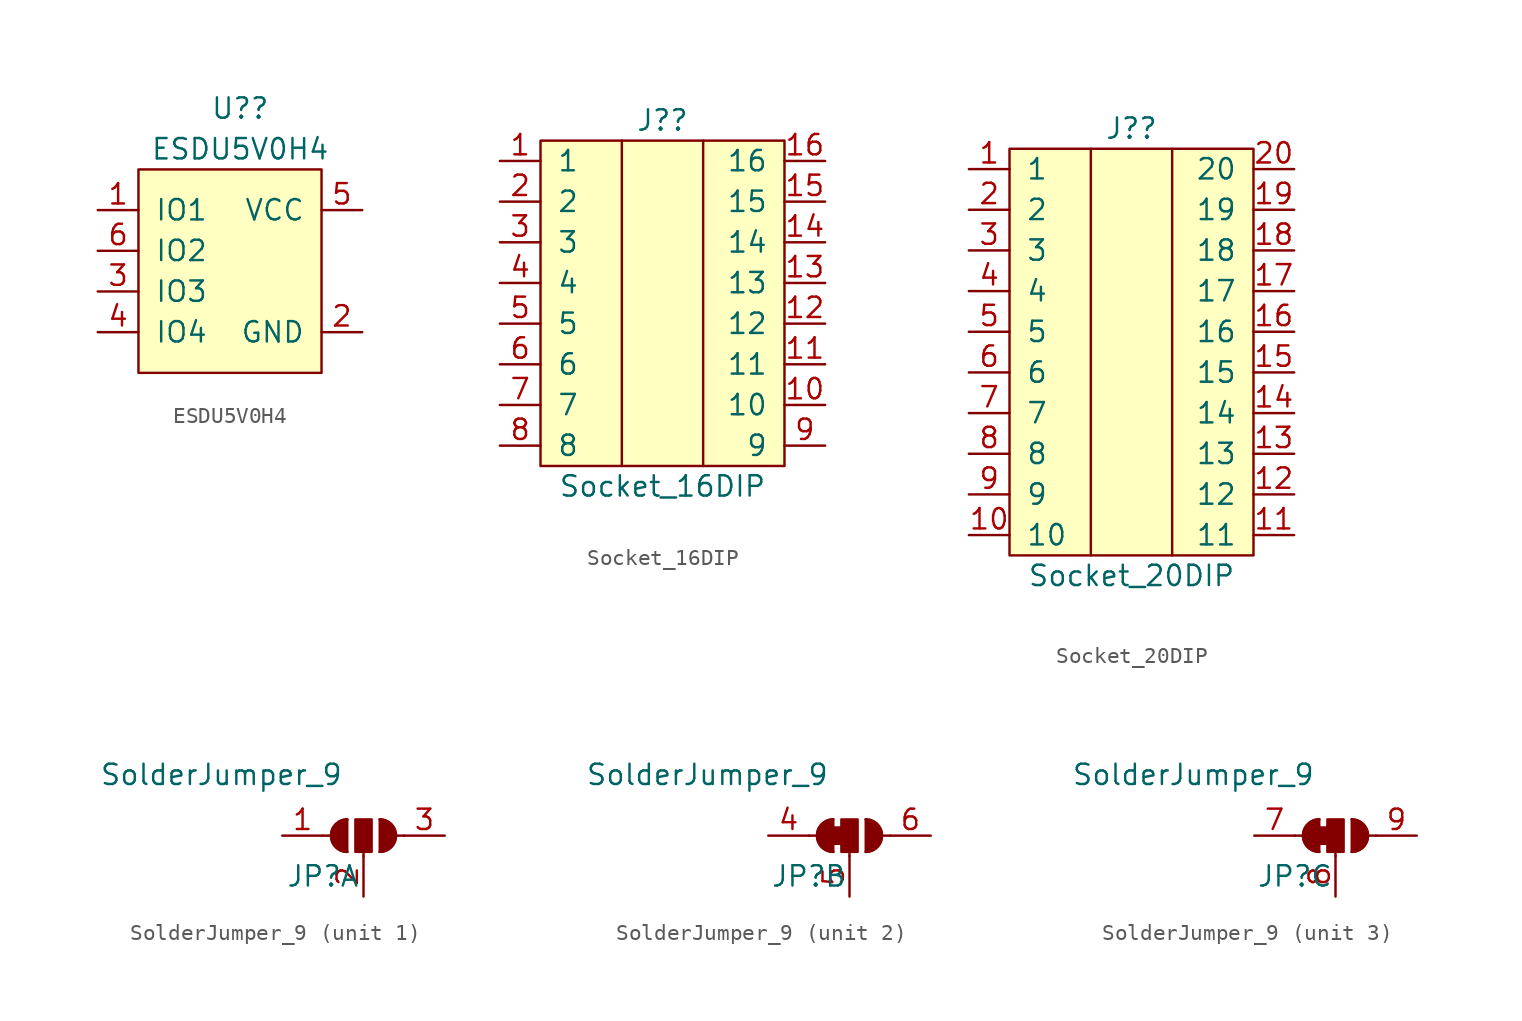
<source format=kicad_sym>
(kicad_symbol_lib
  (version 20220914)
  (generator kicad_symbol_editor)
  (symbol "ESDU5V0H4"
    (pin_names
      (offset 1.016))
    (property "Reference" "U?"
      (at 0 0 0)
      (effects (font (size 1.27 1.27))))
    (property "Value" "ESDU5V0H4"
      (at 0 -2.54 0)
      (effects (font (size 1.27 1.27))))
    (symbol "ESDU5V0H4_0_1"
      (rectangle (start -6.35 -3.81) (end 5.08 -16.51) (stroke (width 0) (type default)) (fill (type background))))
    (symbol "ESDU5V0H4_1_1"
      (pin bidirectional line (at -8.89 -6.35 0) (length 2.54) (name "IO1" (effects (font (size 1.27 1.27)))) (number "1" (effects (font (size 1.27 1.27)))))
      (pin power_in line (at 7.62 -13.97 180) (length 2.54) (name "GND" (effects (font (size 1.27 1.27)))) (number "2" (effects (font (size 1.27 1.27)))))
      (pin bidirectional line (at -8.89 -11.43 0) (length 2.54) (name "IO3" (effects (font (size 1.27 1.27)))) (number "3" (effects (font (size 1.27 1.27)))))
      (pin bidirectional line (at -8.89 -13.97 0) (length 2.54) (name "IO4" (effects (font (size 1.27 1.27)))) (number "4" (effects (font (size 1.27 1.27)))))
      (pin power_in line (at 7.62 -6.35 180) (length 2.54) (name "VCC" (effects (font (size 1.27 1.27)))) (number "5" (effects (font (size 1.27 1.27)))))
      (pin bidirectional line (at -8.89 -8.89 0) (length 2.54) (name "IO2" (effects (font (size 1.27 1.27)))) (number "6" (effects (font (size 1.27 1.27)))))))
  (symbol "Socket_16DIP"
    (pin_names
      (offset 1.016))
    (property "Reference" "J?"
      (at 2.54 -1.27 0)
      (effects (font (size 1.27 1.27))))
    (property "Value" "Socket_16DIP"
      (at 2.54 -24.13 0)
      (effects (font (size 1.27 1.27))))
    (symbol "Socket_16DIP_0_1"
      (rectangle (start -5.08 -2.54) (end 10.16 -22.86) (stroke (width 0) (type default)) (fill (type background)))
      (polyline (pts (xy 0 -2.54) (xy 0 -22.86)) (stroke (width 0) (type default)) (fill (type none)))
      (polyline (pts (xy 5.08 -2.54) (xy 5.08 -22.86)) (stroke (width 0) (type default)) (fill (type none))))
    (symbol "Socket_16DIP_1_1"
      (pin input line (at -7.62 -3.81 0) (length 2.54) (name "1" (effects (font (size 1.27 1.27)))) (number "1" (effects (font (size 1.27 1.27)))))
      (pin input line (at 12.7 -19.05 180) (length 2.54) (name "10" (effects (font (size 1.27 1.27)))) (number "10" (effects (font (size 1.27 1.27)))))
      (pin input line (at 12.7 -16.51 180) (length 2.54) (name "11" (effects (font (size 1.27 1.27)))) (number "11" (effects (font (size 1.27 1.27)))))
      (pin input line (at 12.7 -13.97 180) (length 2.54) (name "12" (effects (font (size 1.27 1.27)))) (number "12" (effects (font (size 1.27 1.27)))))
      (pin input line (at 12.7 -11.43 180) (length 2.54) (name "13" (effects (font (size 1.27 1.27)))) (number "13" (effects (font (size 1.27 1.27)))))
      (pin input line (at 12.7 -8.89 180) (length 2.54) (name "14" (effects (font (size 1.27 1.27)))) (number "14" (effects (font (size 1.27 1.27)))))
      (pin input line (at 12.7 -6.35 180) (length 2.54) (name "15" (effects (font (size 1.27 1.27)))) (number "15" (effects (font (size 1.27 1.27)))))
      (pin input line (at 12.7 -3.81 180) (length 2.54) (name "16" (effects (font (size 1.27 1.27)))) (number "16" (effects (font (size 1.27 1.27)))))
      (pin input line (at -7.62 -6.35 0) (length 2.54) (name "2" (effects (font (size 1.27 1.27)))) (number "2" (effects (font (size 1.27 1.27)))))
      (pin input line (at -7.62 -8.89 0) (length 2.54) (name "3" (effects (font (size 1.27 1.27)))) (number "3" (effects (font (size 1.27 1.27)))))
      (pin input line (at -7.62 -11.43 0) (length 2.54) (name "4" (effects (font (size 1.27 1.27)))) (number "4" (effects (font (size 1.27 1.27)))))
      (pin input line (at -7.62 -13.97 0) (length 2.54) (name "5" (effects (font (size 1.27 1.27)))) (number "5" (effects (font (size 1.27 1.27)))))
      (pin input line (at -7.62 -16.51 0) (length 2.54) (name "6" (effects (font (size 1.27 1.27)))) (number "6" (effects (font (size 1.27 1.27)))))
      (pin input line (at -7.62 -19.05 0) (length 2.54) (name "7" (effects (font (size 1.27 1.27)))) (number "7" (effects (font (size 1.27 1.27)))))
      (pin input line (at -7.62 -21.59 0) (length 2.54) (name "8" (effects (font (size 1.27 1.27)))) (number "8" (effects (font (size 1.27 1.27)))))
      (pin input line (at 12.7 -21.59 180) (length 2.54) (name "9" (effects (font (size 1.27 1.27)))) (number "9" (effects (font (size 1.27 1.27)))))))
  (symbol "Socket_20DIP"
    (pin_names
      (offset 1.016))
    (property "Reference" "J?"
      (at 2.54 -1.27 0)
      (effects (font (size 1.27 1.27))))
    (property "Value" "Socket_20DIP"
      (at 2.54 -29.21 0)
      (effects (font (size 1.27 1.27))))
    (symbol "Socket_20DIP_0_1"
      (rectangle (start -5.08 -2.54) (end 10.16 -27.94) (stroke (width 0) (type default)) (fill (type background)))
      (polyline (pts (xy 0 -2.54) (xy 0 -27.94)) (stroke (width 0) (type default)) (fill (type none)))
      (polyline (pts (xy 5.08 -2.54) (xy 5.08 -27.94)) (stroke (width 0) (type default)) (fill (type none))))
    (symbol "Socket_20DIP_1_1"
      (pin input line (at -7.62 -3.81 0) (length 2.54) (name "1" (effects (font (size 1.27 1.27)))) (number "1" (effects (font (size 1.27 1.27)))))
      (pin input line (at -7.62 -26.67 0) (length 2.54) (name "10" (effects (font (size 1.27 1.27)))) (number "10" (effects (font (size 1.27 1.27)))))
      (pin input line (at 12.7 -26.67 180) (length 2.54) (name "11" (effects (font (size 1.27 1.27)))) (number "11" (effects (font (size 1.27 1.27)))))
      (pin input line (at 12.7 -24.13 180) (length 2.54) (name "12" (effects (font (size 1.27 1.27)))) (number "12" (effects (font (size 1.27 1.27)))))
      (pin input line (at 12.7 -21.59 180) (length 2.54) (name "13" (effects (font (size 1.27 1.27)))) (number "13" (effects (font (size 1.27 1.27)))))
      (pin input line (at 12.7 -19.05 180) (length 2.54) (name "14" (effects (font (size 1.27 1.27)))) (number "14" (effects (font (size 1.27 1.27)))))
      (pin input line (at 12.7 -16.51 180) (length 2.54) (name "15" (effects (font (size 1.27 1.27)))) (number "15" (effects (font (size 1.27 1.27)))))
      (pin input line (at 12.7 -13.97 180) (length 2.54) (name "16" (effects (font (size 1.27 1.27)))) (number "16" (effects (font (size 1.27 1.27)))))
      (pin input line (at 12.7 -11.43 180) (length 2.54) (name "17" (effects (font (size 1.27 1.27)))) (number "17" (effects (font (size 1.27 1.27)))))
      (pin input line (at 12.7 -8.89 180) (length 2.54) (name "18" (effects (font (size 1.27 1.27)))) (number "18" (effects (font (size 1.27 1.27)))))
      (pin input line (at 12.7 -6.35 180) (length 2.54) (name "19" (effects (font (size 1.27 1.27)))) (number "19" (effects (font (size 1.27 1.27)))))
      (pin input line (at -7.62 -6.35 0) (length 2.54) (name "2" (effects (font (size 1.27 1.27)))) (number "2" (effects (font (size 1.27 1.27)))))
      (pin input line (at 12.7 -3.81 180) (length 2.54) (name "20" (effects (font (size 1.27 1.27)))) (number "20" (effects (font (size 1.27 1.27)))))
      (pin input line (at -7.62 -8.89 0) (length 2.54) (name "3" (effects (font (size 1.27 1.27)))) (number "3" (effects (font (size 1.27 1.27)))))
      (pin input line (at -7.62 -11.43 0) (length 2.54) (name "4" (effects (font (size 1.27 1.27)))) (number "4" (effects (font (size 1.27 1.27)))))
      (pin input line (at -7.62 -13.97 0) (length 2.54) (name "5" (effects (font (size 1.27 1.27)))) (number "5" (effects (font (size 1.27 1.27)))))
      (pin input line (at -7.62 -16.51 0) (length 2.54) (name "6" (effects (font (size 1.27 1.27)))) (number "6" (effects (font (size 1.27 1.27)))))
      (pin input line (at -7.62 -19.05 0) (length 2.54) (name "7" (effects (font (size 1.27 1.27)))) (number "7" (effects (font (size 1.27 1.27)))))
      (pin input line (at -7.62 -21.59 0) (length 2.54) (name "8" (effects (font (size 1.27 1.27)))) (number "8" (effects (font (size 1.27 1.27)))))
      (pin input line (at -7.62 -24.13 0) (length 2.54) (name "9" (effects (font (size 1.27 1.27)))) (number "9" (effects (font (size 1.27 1.27)))))))
  (symbol "SolderJumper_9"
    (pin_names
      (offset 0) hide)
    (property "Reference" "JP"
      (at -2.54 -2.54 0)
      (effects (font (size 1.27 1.27))))
    (property "Value" "SolderJumper_9"
      (at -8.89 3.81 0)
      (effects (font (size 1.27 1.27))))
    (symbol "SolderJumper_9_0_1"
      (arc (start -1.016 1.016) (mid -2.0276 0) (end -1.016 -1.016) (stroke (width 0) (type default)) (fill (type none)))
      (arc (start -1.016 1.016) (mid -2.0276 0) (end -1.016 -1.016) (stroke (width 0) (type default)) (fill (type outline)))
      (rectangle (start -0.508 1.016) (end 0.508 -1.016) (stroke (width 0) (type default)) (fill (type outline)))
      (polyline (pts (xy -2.54 0) (xy -2.032 0)) (stroke (width 0) (type default)) (fill (type none)))
      (polyline (pts (xy -1.016 1.016) (xy -1.016 -1.016)) (stroke (width 0) (type default)) (fill (type none)))
      (polyline (pts (xy 0 -1.27) (xy 0 -1.016)) (stroke (width 0) (type default)) (fill (type none)))
      (polyline (pts (xy 1.016 1.016) (xy 1.016 -1.016)) (stroke (width 0) (type default)) (fill (type none)))
      (polyline (pts (xy 2.54 0) (xy 2.032 0)) (stroke (width 0) (type default)) (fill (type none)))
      (arc (start 1.016 -1.016) (mid 2.0276 0) (end 1.016 1.016) (stroke (width 0) (type default)) (fill (type none)))
      (arc (start 1.016 -1.016) (mid 2.0276 0) (end 1.016 1.016) (stroke (width 0) (type default)) (fill (type outline))))
    (symbol "SolderJumper_9_1_1"
      (pin passive line (at -5.08 0 0) (length 2.54) (name "A" (effects (font (size 1.27 1.27)))) (number "1" (effects (font (size 1.27 1.27)))))
      (pin input line (at 0 -3.81 90) (length 2.54) (name "B" (effects (font (size 1.27 1.27)))) (number "2" (effects (font (size 1.27 1.27)))))
      (pin passive line (at 5.08 0 180) (length 2.54) (name "C" (effects (font (size 1.27 1.27)))) (number "3" (effects (font (size 1.27 1.27))))))
    (symbol "SolderJumper_9_2_1"
      (rectangle (start -1.016 0.508) (end -0.508 -0.508) (stroke (width 0) (type default)) (fill (type outline)))
      (pin passive line (at -5.08 0 0) (length 2.54) (name "A" (effects (font (size 1.27 1.27)))) (number "4" (effects (font (size 1.27 1.27)))))
      (pin input line (at 0 -3.81 90) (length 2.54) (name "B" (effects (font (size 1.27 1.27)))) (number "5" (effects (font (size 1.27 1.27)))))
      (pin passive line (at 5.08 0 180) (length 2.54) (name "C" (effects (font (size 1.27 1.27)))) (number "6" (effects (font (size 1.27 1.27))))))
    (symbol "SolderJumper_9_3_1"
      (rectangle (start -1.016 0.508) (end -0.508 -0.508) (stroke (width 0) (type default)) (fill (type outline)))
      (pin passive line (at -5.08 0 0) (length 2.54) (name "A" (effects (font (size 1.27 1.27)))) (number "7" (effects (font (size 1.27 1.27)))))
      (pin input line (at 0 -3.81 90) (length 2.54) (name "B" (effects (font (size 1.27 1.27)))) (number "8" (effects (font (size 1.27 1.27)))))
      (pin passive line (at 5.08 0 180) (length 2.54) (name "C" (effects (font (size 1.27 1.27)))) (number "9" (effects (font (size 1.27 1.27))))))))
</source>
